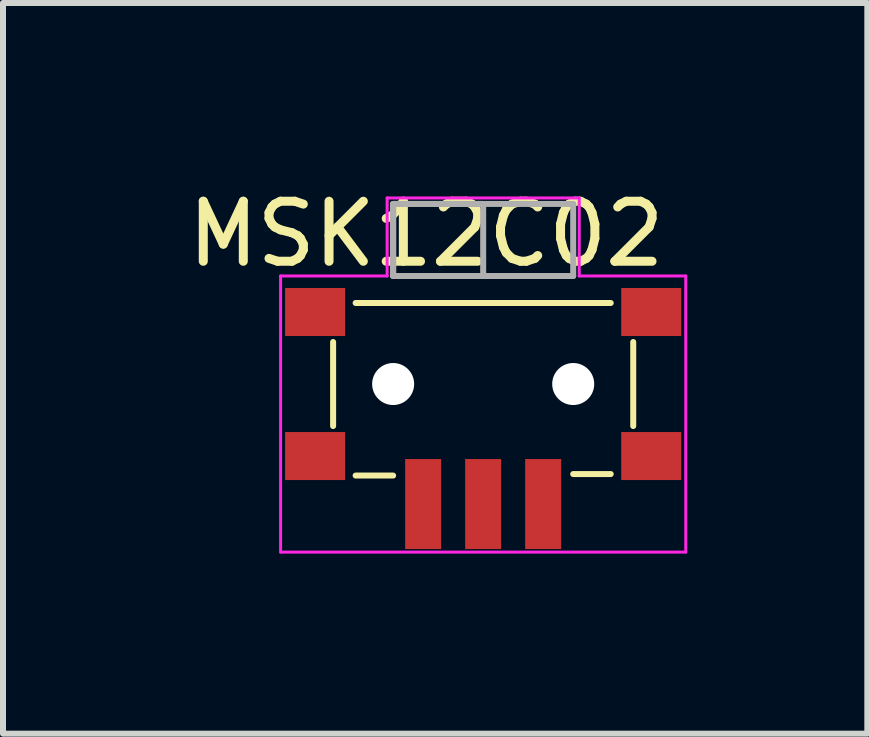
<source format=kicad_pcb>
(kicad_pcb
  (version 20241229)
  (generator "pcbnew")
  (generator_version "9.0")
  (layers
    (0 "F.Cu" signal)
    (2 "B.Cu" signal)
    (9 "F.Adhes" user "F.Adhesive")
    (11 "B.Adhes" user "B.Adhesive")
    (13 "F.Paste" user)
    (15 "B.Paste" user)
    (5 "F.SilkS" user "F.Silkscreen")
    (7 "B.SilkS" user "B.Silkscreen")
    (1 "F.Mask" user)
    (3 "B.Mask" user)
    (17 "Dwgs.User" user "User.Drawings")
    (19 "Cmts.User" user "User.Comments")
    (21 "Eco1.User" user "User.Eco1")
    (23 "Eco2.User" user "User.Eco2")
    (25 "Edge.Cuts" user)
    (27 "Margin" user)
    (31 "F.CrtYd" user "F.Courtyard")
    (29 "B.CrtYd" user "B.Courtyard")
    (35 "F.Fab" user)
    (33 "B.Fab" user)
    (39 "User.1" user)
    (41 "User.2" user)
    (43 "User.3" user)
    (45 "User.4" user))
  (footprint "MSK12C02"
    (layer "F.Cu")
    (at 5 3.348)
    (property "Reference" "MSK12C02" (at -5 -2.5 0) (layer "F.SilkS") (effects (font (size 1 1) (thickness 0.15)) (justify left)))
    (attr smd)
    (fp_line (start -2.5 -0.7) (end -2.5 0.7) (stroke (width 0.1) (type solid)) (layer "F.SilkS"))
    (fp_line (start -2.125 -1.35) (end 2.125 -1.35) (stroke (width 0.1) (type solid)) (layer "F.SilkS"))
    (fp_line (start -2.125 1.525) (end -1.5 1.525) (stroke (width 0.1) (type default)) (layer "F.SilkS"))
    (fp_line (start 1.5 1.5) (end 2.125 1.5) (stroke (width 0.1) (type default)) (layer "F.SilkS"))
    (fp_line (start 2.5 -0.7) (end 2.5 0.7) (stroke (width 0.1) (type solid)) (layer "F.SilkS"))
    (fp_line (start -3.375 -1.8) (end -3.375 2.8) (stroke (width 0.05) (type default)) (layer "F.CrtYd"))
    (fp_line (start -3.375 -1.8) (end -1.6 -1.8) (stroke (width 0.05) (type default)) (layer "F.CrtYd"))
    (fp_line (start -3.375 2.8) (end 3.375 2.8) (stroke (width 0.05) (type default)) (layer "F.CrtYd"))
    (fp_line (start -1.6 -3.1) (end 1.6 -3.1) (stroke (width 0.05) (type default)) (layer "F.CrtYd"))
    (fp_line (start -1.6 -1.8) (end -1.6 -3.1) (stroke (width 0.05) (type default)) (layer "F.CrtYd"))
    (fp_line (start 1.6 -3.1) (end 1.6 -1.8) (stroke (width 0.05) (type default)) (layer "F.CrtYd"))
    (fp_line (start 1.6 -1.8) (end 3.375 -1.8) (stroke (width 0.05) (type default)) (layer "F.CrtYd"))
    (fp_line (start 3.375 2.8) (end 3.375 -1.8) (stroke (width 0.05) (type default)) (layer "F.CrtYd"))
    (fp_line (start -1.5 -3) (end -1.5 -1.8) (stroke (width 0.1) (type default)) (layer "F.Fab"))
    (fp_line (start -1.5 -3) (end 1.5 -3) (stroke (width 0.1) (type default)) (layer "F.Fab"))
    (fp_line (start -1.5 -1.8) (end 1.5 -1.8) (stroke (width 0.1) (type default)) (layer "F.Fab"))
    (fp_line (start 1.5 -1.8) (end 1.5 -3) (stroke (width 0.1) (type default)) (layer "F.Fab"))
    (fp_rect (start -1.5 -3) (end 0 -1.8) (stroke (width 0.1) (type solid)) (fill no) (layer "F.Fab"))
    (pad "" smd rect (at -2.8 -1.2) (size 1 0.8) (layers "F.Cu" "F.Mask" "F.Paste"))
    (pad "" smd rect (at -2.8 1.2) (size 1 0.8) (layers "F.Cu" "F.Mask" "F.Paste"))
    (pad "" np_thru_hole circle (at -1.5 0) (size 0.7 0.7) (drill 1) (layers "*.Cu" "*.Mask"))
    (pad "" np_thru_hole circle (at 1.5 0) (size 0.7 0.7) (drill 1) (layers "*.Cu" "*.Mask"))
    (pad "" smd rect (at 2.8 -1.2) (size 1 0.8) (layers "F.Cu" "F.Mask" "F.Paste"))
    (pad "" smd rect (at 2.8 1.2) (size 1 0.8) (layers "F.Cu" "F.Mask" "F.Paste"))
    (pad "1" smd rect (at -1 2) (size 0.6 1.5) (layers "F.Cu" "F.Mask" "F.Paste"))
    (pad "2" smd rect (at 0 2) (size 0.6 1.5) (layers "F.Cu" "F.Mask" "F.Paste"))
    (pad "3" smd rect (at 1 2) (size 0.6 1.5) (layers "F.Cu" "F.Mask" "F.Paste")))
  (gr_rect
    (start -3 -3)
    (end 11.4 9.173)
    (stroke (width 0.1) (type default))
    (fill no)
    (layer "Edge.Cuts")))
</source>
